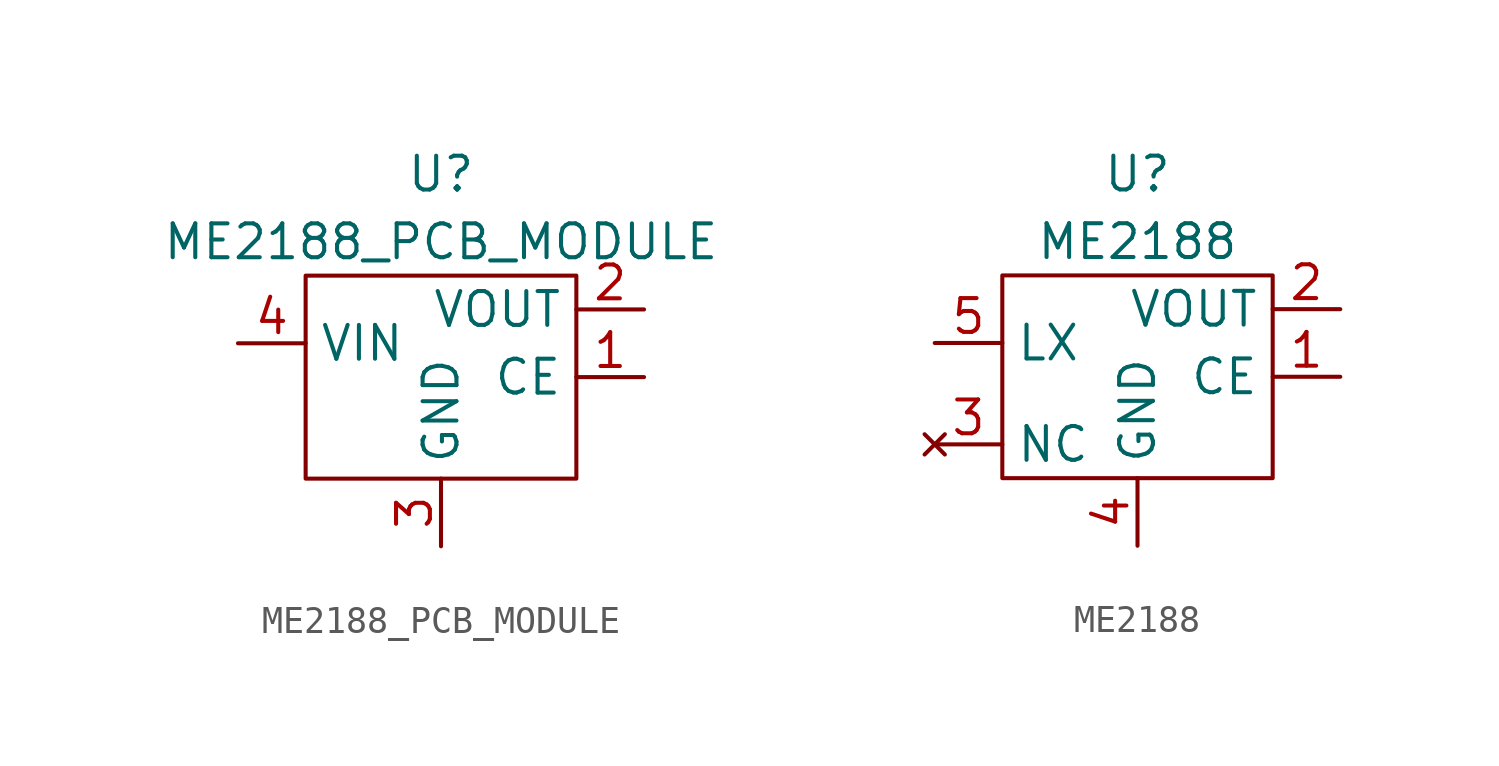
<source format=kicad_sym>
(kicad_symbol_lib
  (version 20211014)
  (generator kicad_symbol_editor)
  (symbol "ME2188_PCB_MODULE"
    (property "Reference" "U"
      (at 0 6.35 0)
      (effects (font (size 1.27 1.27))))
    (property "Value" "ME2188_PCB_MODULE"
      (at 0 3.81 0)
      (effects (font (size 1.27 1.27))))
    (symbol "ME2188_PCB_MODULE_0_1"
      (rectangle (start -5.08 2.54) (end 5.08 -5.08) (stroke (width 0) (type default) (color 0 0 0 0)) (fill (type none))))
    (symbol "ME2188_PCB_MODULE_1_1"
      (pin input line (at 7.62 -1.27 180) (length 2.54) (name "CE" (effects (font (size 1.27 1.27)))) (number "1" (effects (font (size 1.27 1.27)))))
      (pin input line (at 7.62 1.27 180) (length 2.54) (name "VOUT" (effects (font (size 1.27 1.27)))) (number "2" (effects (font (size 1.27 1.27)))))
      (pin input line (at 0 -7.62 90) (length 2.54) (name "GND" (effects (font (size 1.27 1.27)))) (number "3" (effects (font (size 1.27 1.27)))))
      (pin input line (at -7.62 0 0) (length 2.54) (name "VIN" (effects (font (size 1.27 1.27)))) (number "4" (effects (font (size 1.27 1.27)))))))
  (symbol "ME2188"
    (property "Reference" "U"
      (at 0 6.35 0)
      (effects (font (size 1.27 1.27))))
    (property "Value" "ME2188"
      (at 0 3.81 0)
      (effects (font (size 1.27 1.27))))
    (symbol "ME2188_0_1"
      (rectangle (start -5.08 2.54) (end 5.08 -5.08) (stroke (width 0) (type default) (color 0 0 0 0)) (fill (type none))))
    (symbol "ME2188_1_1"
      (pin input line (at 7.62 -1.27 180) (length 2.54) (name "CE" (effects (font (size 1.27 1.27)))) (number "1" (effects (font (size 1.27 1.27)))))
      (pin input line (at 7.62 1.27 180) (length 2.54) (name "VOUT" (effects (font (size 1.27 1.27)))) (number "2" (effects (font (size 1.27 1.27)))))
      (pin no_connect line (at -7.62 -3.81 0) (length 2.54) (name "NC" (effects (font (size 1.27 1.27)))) (number "3" (effects (font (size 1.27 1.27)))))
      (pin input line (at 0 -7.62 90) (length 2.54) (name "GND" (effects (font (size 1.27 1.27)))) (number "4" (effects (font (size 1.27 1.27)))))
      (pin input line (at -7.62 0 0) (length 2.54) (name "LX" (effects (font (size 1.27 1.27)))) (number "5" (effects (font (size 1.27 1.27))))))))
</source>
